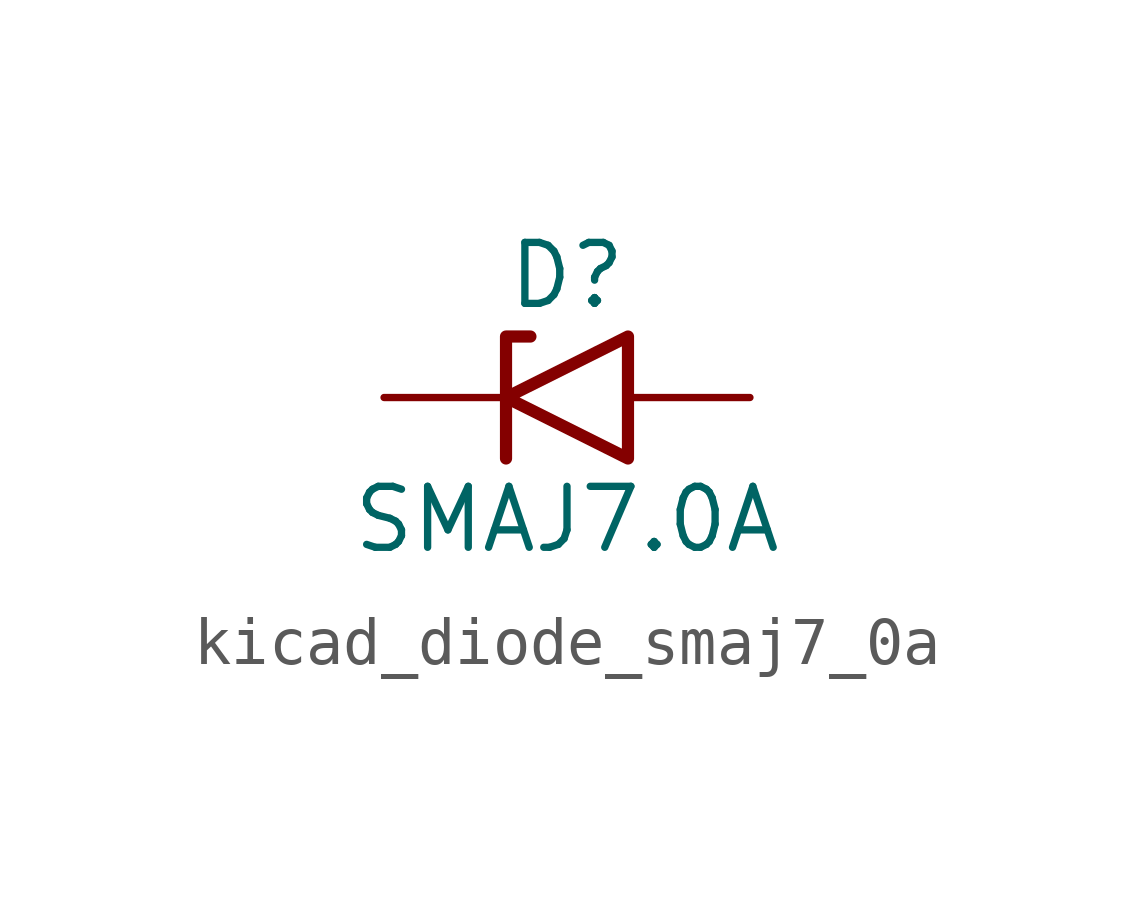
<source format=kicad_sym>
(kicad_symbol_lib
  (version 20220914)
  (generator kicad_symbol_editor)
  (symbol "kicad_diode_smaj7_0a"
    (pin_numbers hide)
    (pin_names
      (offset 1.016) hide)
    (property "Reference" "D"
      (at 0 2.54 0)
      (effects (font (size 1.27 1.27))))
    (property "Value" "SMAJ7.0A"
      (at 0 -2.54 0)
      (effects (font (size 1.27 1.27))))
    (symbol "kicad_diode_smaj7_0a_0_1"
      (polyline (pts (xy -0.762 1.27) (xy -1.27 1.27) (xy -1.27 -1.27)) (stroke (width 0.254) (type default)) (fill (type none)))
      (polyline (pts (xy 1.27 1.27) (xy 1.27 -1.27) (xy -1.27 0) (xy 1.27 1.27)) (stroke (width 0.254) (type default)) (fill (type none))))
    (symbol "kicad_diode_smaj7_0a_1_1"
      (pin passive line (at -3.81 0 0) (length 2.54) (name "A1" (effects (font (size 1.27 1.27)))) (number "1" (effects (font (size 1.27 1.27)))))
      (pin passive line (at 3.81 0 180) (length 2.54) (name "A2" (effects (font (size 1.27 1.27)))) (number "2" (effects (font (size 1.27 1.27))))))))
</source>
